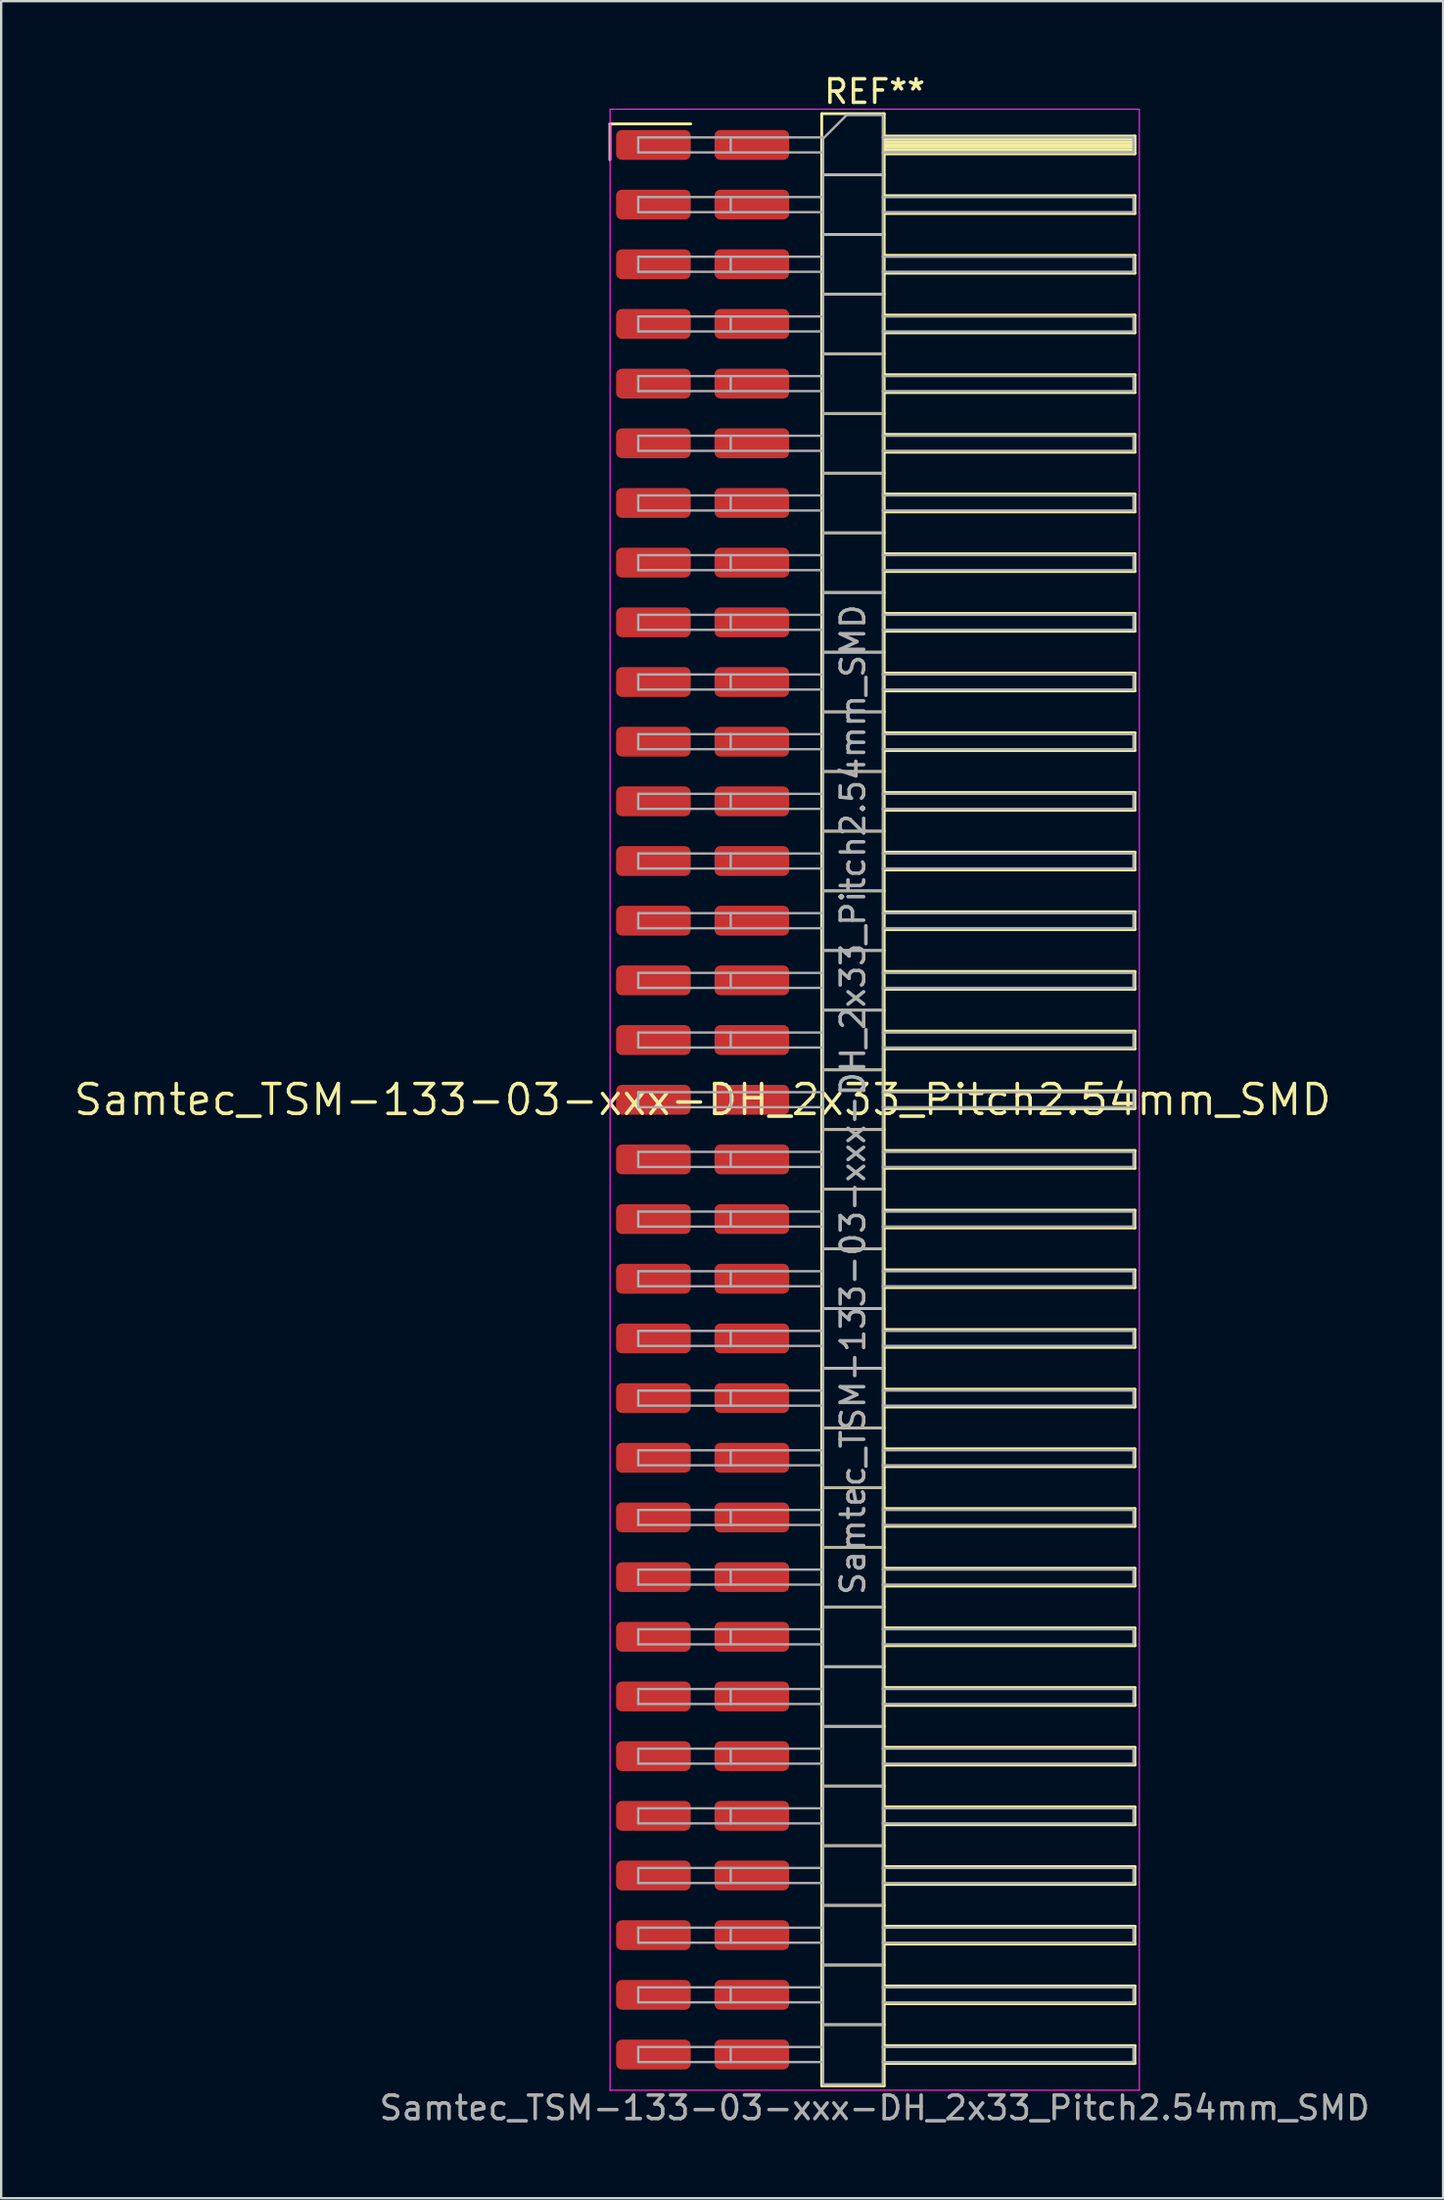
<source format=kicad_pcb>
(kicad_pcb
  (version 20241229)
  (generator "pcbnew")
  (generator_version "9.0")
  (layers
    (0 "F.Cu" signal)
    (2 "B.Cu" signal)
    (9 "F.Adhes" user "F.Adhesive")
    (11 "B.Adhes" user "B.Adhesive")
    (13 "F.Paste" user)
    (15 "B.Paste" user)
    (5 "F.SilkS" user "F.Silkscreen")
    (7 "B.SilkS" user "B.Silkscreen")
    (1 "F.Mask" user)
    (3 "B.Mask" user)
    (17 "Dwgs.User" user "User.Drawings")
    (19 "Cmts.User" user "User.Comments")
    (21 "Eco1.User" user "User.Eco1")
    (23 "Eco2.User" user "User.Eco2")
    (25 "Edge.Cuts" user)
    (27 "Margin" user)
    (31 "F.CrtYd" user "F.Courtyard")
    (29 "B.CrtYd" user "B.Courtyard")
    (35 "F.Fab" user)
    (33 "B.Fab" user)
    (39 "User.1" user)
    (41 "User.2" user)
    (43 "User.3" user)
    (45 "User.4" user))
  (footprint "Samtec_TSM-133-03-xxx-DH_2x33_Pitch2.54mm_SMD"
    (layer "F.Cu")
    (at 26.859 43.758)
    (property "Reference" "Samtec_TSM-133-03-xxx-DH_2x33_Pitch2.54mm_SMD" (at 0 0 0) (layer "F.SilkS") (effects (font (size 1.27 1.27) (thickness 0.15))))
    (attr smd)
    (fp_line (start -3.945 -41.535) (end -0.505 -41.535) (stroke (width 0.12) (type solid)) (layer "F.SilkS"))
    (fp_line (start -3.945 -40.005) (end -3.945 -41.535) (stroke (width 0.12) (type solid)) (layer "F.SilkS"))
    (fp_line (start 5.07 -41.97) (end 7.73 -41.97) (stroke (width 0.12) (type solid)) (layer "F.SilkS"))
    (fp_line (start 5.07 -39.37) (end 7.73 -39.37) (stroke (width 0.12) (type solid)) (layer "F.SilkS"))
    (fp_line (start 5.07 -36.83) (end 7.73 -36.83) (stroke (width 0.12) (type solid)) (layer "F.SilkS"))
    (fp_line (start 5.07 -34.29) (end 7.73 -34.29) (stroke (width 0.12) (type solid)) (layer "F.SilkS"))
    (fp_line (start 5.07 -31.75) (end 7.73 -31.75) (stroke (width 0.12) (type solid)) (layer "F.SilkS"))
    (fp_line (start 5.07 -29.21) (end 7.73 -29.21) (stroke (width 0.12) (type solid)) (layer "F.SilkS"))
    (fp_line (start 5.07 -26.67) (end 7.73 -26.67) (stroke (width 0.12) (type solid)) (layer "F.SilkS"))
    (fp_line (start 5.07 -24.13) (end 7.73 -24.13) (stroke (width 0.12) (type solid)) (layer "F.SilkS"))
    (fp_line (start 5.07 -21.59) (end 7.73 -21.59) (stroke (width 0.12) (type solid)) (layer "F.SilkS"))
    (fp_line (start 5.07 -19.05) (end 7.73 -19.05) (stroke (width 0.12) (type solid)) (layer "F.SilkS"))
    (fp_line (start 5.07 -16.51) (end 7.73 -16.51) (stroke (width 0.12) (type solid)) (layer "F.SilkS"))
    (fp_line (start 5.07 -13.97) (end 7.73 -13.97) (stroke (width 0.12) (type solid)) (layer "F.SilkS"))
    (fp_line (start 5.07 -11.43) (end 7.73 -11.43) (stroke (width 0.12) (type solid)) (layer "F.SilkS"))
    (fp_line (start 5.07 -8.89) (end 7.73 -8.89) (stroke (width 0.12) (type solid)) (layer "F.SilkS"))
    (fp_line (start 5.07 -6.35) (end 7.73 -6.35) (stroke (width 0.12) (type solid)) (layer "F.SilkS"))
    (fp_line (start 5.07 -3.81) (end 7.73 -3.81) (stroke (width 0.12) (type solid)) (layer "F.SilkS"))
    (fp_line (start 5.07 -1.27) (end 7.73 -1.27) (stroke (width 0.12) (type solid)) (layer "F.SilkS"))
    (fp_line (start 5.07 1.27) (end 7.73 1.27) (stroke (width 0.12) (type solid)) (layer "F.SilkS"))
    (fp_line (start 5.07 3.81) (end 7.73 3.81) (stroke (width 0.12) (type solid)) (layer "F.SilkS"))
    (fp_line (start 5.07 6.35) (end 7.73 6.35) (stroke (width 0.12) (type solid)) (layer "F.SilkS"))
    (fp_line (start 5.07 8.89) (end 7.73 8.89) (stroke (width 0.12) (type solid)) (layer "F.SilkS"))
    (fp_line (start 5.07 11.43) (end 7.73 11.43) (stroke (width 0.12) (type solid)) (layer "F.SilkS"))
    (fp_line (start 5.07 13.97) (end 7.73 13.97) (stroke (width 0.12) (type solid)) (layer "F.SilkS"))
    (fp_line (start 5.07 16.51) (end 7.73 16.51) (stroke (width 0.12) (type solid)) (layer "F.SilkS"))
    (fp_line (start 5.07 19.05) (end 7.73 19.05) (stroke (width 0.12) (type solid)) (layer "F.SilkS"))
    (fp_line (start 5.07 21.59) (end 7.73 21.59) (stroke (width 0.12) (type solid)) (layer "F.SilkS"))
    (fp_line (start 5.07 24.13) (end 7.73 24.13) (stroke (width 0.12) (type solid)) (layer "F.SilkS"))
    (fp_line (start 5.07 26.67) (end 7.73 26.67) (stroke (width 0.12) (type solid)) (layer "F.SilkS"))
    (fp_line (start 5.07 29.21) (end 7.73 29.21) (stroke (width 0.12) (type solid)) (layer "F.SilkS"))
    (fp_line (start 5.07 31.75) (end 7.73 31.75) (stroke (width 0.12) (type solid)) (layer "F.SilkS"))
    (fp_line (start 5.07 34.29) (end 7.73 34.29) (stroke (width 0.12) (type solid)) (layer "F.SilkS"))
    (fp_line (start 5.07 36.83) (end 7.73 36.83) (stroke (width 0.12) (type solid)) (layer "F.SilkS"))
    (fp_line (start 5.07 39.37) (end 7.73 39.37) (stroke (width 0.12) (type solid)) (layer "F.SilkS"))
    (fp_line (start 5.07 41.97) (end 5.07 -41.97) (stroke (width 0.12) (type solid)) (layer "F.SilkS"))
    (fp_line (start 7.73 -41.97) (end 7.73 41.97) (stroke (width 0.12) (type solid)) (layer "F.SilkS"))
    (fp_line (start 7.73 -41.02) (end 18.4 -41.02) (stroke (width 0.12) (type solid)) (layer "F.SilkS"))
    (fp_line (start 7.73 -40.9) (end 18.4 -40.9) (stroke (width 0.12) (type solid)) (layer "F.SilkS"))
    (fp_line (start 7.73 -40.78) (end 18.4 -40.78) (stroke (width 0.12) (type solid)) (layer "F.SilkS"))
    (fp_line (start 7.73 -40.66) (end 18.4 -40.66) (stroke (width 0.12) (type solid)) (layer "F.SilkS"))
    (fp_line (start 7.73 -40.54) (end 18.4 -40.54) (stroke (width 0.12) (type solid)) (layer "F.SilkS"))
    (fp_line (start 7.73 -40.42) (end 18.4 -40.42) (stroke (width 0.12) (type solid)) (layer "F.SilkS"))
    (fp_line (start 7.73 -40.3) (end 18.4 -40.3) (stroke (width 0.12) (type solid)) (layer "F.SilkS"))
    (fp_line (start 7.73 -40.26) (end 18.4 -40.26) (stroke (width 0.12) (type solid)) (layer "F.SilkS"))
    (fp_line (start 7.73 -38.48) (end 18.4 -38.48) (stroke (width 0.12) (type solid)) (layer "F.SilkS"))
    (fp_line (start 7.73 -37.72) (end 18.4 -37.72) (stroke (width 0.12) (type solid)) (layer "F.SilkS"))
    (fp_line (start 7.73 -35.94) (end 18.4 -35.94) (stroke (width 0.12) (type solid)) (layer "F.SilkS"))
    (fp_line (start 7.73 -35.18) (end 18.4 -35.18) (stroke (width 0.12) (type solid)) (layer "F.SilkS"))
    (fp_line (start 7.73 -33.4) (end 18.4 -33.4) (stroke (width 0.12) (type solid)) (layer "F.SilkS"))
    (fp_line (start 7.73 -32.64) (end 18.4 -32.64) (stroke (width 0.12) (type solid)) (layer "F.SilkS"))
    (fp_line (start 7.73 -30.86) (end 18.4 -30.86) (stroke (width 0.12) (type solid)) (layer "F.SilkS"))
    (fp_line (start 7.73 -30.1) (end 18.4 -30.1) (stroke (width 0.12) (type solid)) (layer "F.SilkS"))
    (fp_line (start 7.73 -28.32) (end 18.4 -28.32) (stroke (width 0.12) (type solid)) (layer "F.SilkS"))
    (fp_line (start 7.73 -27.56) (end 18.4 -27.56) (stroke (width 0.12) (type solid)) (layer "F.SilkS"))
    (fp_line (start 7.73 -25.78) (end 18.4 -25.78) (stroke (width 0.12) (type solid)) (layer "F.SilkS"))
    (fp_line (start 7.73 -25.02) (end 18.4 -25.02) (stroke (width 0.12) (type solid)) (layer "F.SilkS"))
    (fp_line (start 7.73 -23.24) (end 18.4 -23.24) (stroke (width 0.12) (type solid)) (layer "F.SilkS"))
    (fp_line (start 7.73 -22.48) (end 18.4 -22.48) (stroke (width 0.12) (type solid)) (layer "F.SilkS"))
    (fp_line (start 7.73 -20.7) (end 18.4 -20.7) (stroke (width 0.12) (type solid)) (layer "F.SilkS"))
    (fp_line (start 7.73 -19.94) (end 18.4 -19.94) (stroke (width 0.12) (type solid)) (layer "F.SilkS"))
    (fp_line (start 7.73 -18.16) (end 18.4 -18.16) (stroke (width 0.12) (type solid)) (layer "F.SilkS"))
    (fp_line (start 7.73 -17.4) (end 18.4 -17.4) (stroke (width 0.12) (type solid)) (layer "F.SilkS"))
    (fp_line (start 7.73 -15.62) (end 18.4 -15.62) (stroke (width 0.12) (type solid)) (layer "F.SilkS"))
    (fp_line (start 7.73 -14.86) (end 18.4 -14.86) (stroke (width 0.12) (type solid)) (layer "F.SilkS"))
    (fp_line (start 7.73 -13.08) (end 18.4 -13.08) (stroke (width 0.12) (type solid)) (layer "F.SilkS"))
    (fp_line (start 7.73 -12.32) (end 18.4 -12.32) (stroke (width 0.12) (type solid)) (layer "F.SilkS"))
    (fp_line (start 7.73 -10.54) (end 18.4 -10.54) (stroke (width 0.12) (type solid)) (layer "F.SilkS"))
    (fp_line (start 7.73 -9.78) (end 18.4 -9.78) (stroke (width 0.12) (type solid)) (layer "F.SilkS"))
    (fp_line (start 7.73 -8) (end 18.4 -8) (stroke (width 0.12) (type solid)) (layer "F.SilkS"))
    (fp_line (start 7.73 -7.24) (end 18.4 -7.24) (stroke (width 0.12) (type solid)) (layer "F.SilkS"))
    (fp_line (start 7.73 -5.46) (end 18.4 -5.46) (stroke (width 0.12) (type solid)) (layer "F.SilkS"))
    (fp_line (start 7.73 -4.7) (end 18.4 -4.7) (stroke (width 0.12) (type solid)) (layer "F.SilkS"))
    (fp_line (start 7.73 -2.92) (end 18.4 -2.92) (stroke (width 0.12) (type solid)) (layer "F.SilkS"))
    (fp_line (start 7.73 -2.16) (end 18.4 -2.16) (stroke (width 0.12) (type solid)) (layer "F.SilkS"))
    (fp_line (start 7.73 -0.38) (end 18.4 -0.38) (stroke (width 0.12) (type solid)) (layer "F.SilkS"))
    (fp_line (start 7.73 0.38) (end 18.4 0.38) (stroke (width 0.12) (type solid)) (layer "F.SilkS"))
    (fp_line (start 7.73 2.16) (end 18.4 2.16) (stroke (width 0.12) (type solid)) (layer "F.SilkS"))
    (fp_line (start 7.73 2.92) (end 18.4 2.92) (stroke (width 0.12) (type solid)) (layer "F.SilkS"))
    (fp_line (start 7.73 4.7) (end 18.4 4.7) (stroke (width 0.12) (type solid)) (layer "F.SilkS"))
    (fp_line (start 7.73 5.46) (end 18.4 5.46) (stroke (width 0.12) (type solid)) (layer "F.SilkS"))
    (fp_line (start 7.73 7.24) (end 18.4 7.24) (stroke (width 0.12) (type solid)) (layer "F.SilkS"))
    (fp_line (start 7.73 8) (end 18.4 8) (stroke (width 0.12) (type solid)) (layer "F.SilkS"))
    (fp_line (start 7.73 9.78) (end 18.4 9.78) (stroke (width 0.12) (type solid)) (layer "F.SilkS"))
    (fp_line (start 7.73 10.54) (end 18.4 10.54) (stroke (width 0.12) (type solid)) (layer "F.SilkS"))
    (fp_line (start 7.73 12.32) (end 18.4 12.32) (stroke (width 0.12) (type solid)) (layer "F.SilkS"))
    (fp_line (start 7.73 13.08) (end 18.4 13.08) (stroke (width 0.12) (type solid)) (layer "F.SilkS"))
    (fp_line (start 7.73 14.86) (end 18.4 14.86) (stroke (width 0.12) (type solid)) (layer "F.SilkS"))
    (fp_line (start 7.73 15.62) (end 18.4 15.62) (stroke (width 0.12) (type solid)) (layer "F.SilkS"))
    (fp_line (start 7.73 17.4) (end 18.4 17.4) (stroke (width 0.12) (type solid)) (layer "F.SilkS"))
    (fp_line (start 7.73 18.16) (end 18.4 18.16) (stroke (width 0.12) (type solid)) (layer "F.SilkS"))
    (fp_line (start 7.73 19.94) (end 18.4 19.94) (stroke (width 0.12) (type solid)) (layer "F.SilkS"))
    (fp_line (start 7.73 20.7) (end 18.4 20.7) (stroke (width 0.12) (type solid)) (layer "F.SilkS"))
    (fp_line (start 7.73 22.48) (end 18.4 22.48) (stroke (width 0.12) (type solid)) (layer "F.SilkS"))
    (fp_line (start 7.73 23.24) (end 18.4 23.24) (stroke (width 0.12) (type solid)) (layer "F.SilkS"))
    (fp_line (start 7.73 25.02) (end 18.4 25.02) (stroke (width 0.12) (type solid)) (layer "F.SilkS"))
    (fp_line (start 7.73 25.78) (end 18.4 25.78) (stroke (width 0.12) (type solid)) (layer "F.SilkS"))
    (fp_line (start 7.73 27.56) (end 18.4 27.56) (stroke (width 0.12) (type solid)) (layer "F.SilkS"))
    (fp_line (start 7.73 28.32) (end 18.4 28.32) (stroke (width 0.12) (type solid)) (layer "F.SilkS"))
    (fp_line (start 7.73 30.1) (end 18.4 30.1) (stroke (width 0.12) (type solid)) (layer "F.SilkS"))
    (fp_line (start 7.73 30.86) (end 18.4 30.86) (stroke (width 0.12) (type solid)) (layer "F.SilkS"))
    (fp_line (start 7.73 32.64) (end 18.4 32.64) (stroke (width 0.12) (type solid)) (layer "F.SilkS"))
    (fp_line (start 7.73 33.4) (end 18.4 33.4) (stroke (width 0.12) (type solid)) (layer "F.SilkS"))
    (fp_line (start 7.73 35.18) (end 18.4 35.18) (stroke (width 0.12) (type solid)) (layer "F.SilkS"))
    (fp_line (start 7.73 35.94) (end 18.4 35.94) (stroke (width 0.12) (type solid)) (layer "F.SilkS"))
    (fp_line (start 7.73 37.72) (end 18.4 37.72) (stroke (width 0.12) (type solid)) (layer "F.SilkS"))
    (fp_line (start 7.73 38.48) (end 18.4 38.48) (stroke (width 0.12) (type solid)) (layer "F.SilkS"))
    (fp_line (start 7.73 40.26) (end 18.4 40.26) (stroke (width 0.12) (type solid)) (layer "F.SilkS"))
    (fp_line (start 7.73 41.02) (end 18.4 41.02) (stroke (width 0.12) (type solid)) (layer "F.SilkS"))
    (fp_line (start 7.73 41.97) (end 5.07 41.97) (stroke (width 0.12) (type solid)) (layer "F.SilkS"))
    (fp_line (start 18.4 -41.02) (end 18.4 -40.26) (stroke (width 0.12) (type solid)) (layer "F.SilkS"))
    (fp_line (start 18.4 -38.48) (end 18.4 -37.72) (stroke (width 0.12) (type solid)) (layer "F.SilkS"))
    (fp_line (start 18.4 -35.94) (end 18.4 -35.18) (stroke (width 0.12) (type solid)) (layer "F.SilkS"))
    (fp_line (start 18.4 -33.4) (end 18.4 -32.64) (stroke (width 0.12) (type solid)) (layer "F.SilkS"))
    (fp_line (start 18.4 -30.86) (end 18.4 -30.1) (stroke (width 0.12) (type solid)) (layer "F.SilkS"))
    (fp_line (start 18.4 -28.32) (end 18.4 -27.56) (stroke (width 0.12) (type solid)) (layer "F.SilkS"))
    (fp_line (start 18.4 -25.78) (end 18.4 -25.02) (stroke (width 0.12) (type solid)) (layer "F.SilkS"))
    (fp_line (start 18.4 -23.24) (end 18.4 -22.48) (stroke (width 0.12) (type solid)) (layer "F.SilkS"))
    (fp_line (start 18.4 -20.7) (end 18.4 -19.94) (stroke (width 0.12) (type solid)) (layer "F.SilkS"))
    (fp_line (start 18.4 -18.16) (end 18.4 -17.4) (stroke (width 0.12) (type solid)) (layer "F.SilkS"))
    (fp_line (start 18.4 -15.62) (end 18.4 -14.86) (stroke (width 0.12) (type solid)) (layer "F.SilkS"))
    (fp_line (start 18.4 -13.08) (end 18.4 -12.32) (stroke (width 0.12) (type solid)) (layer "F.SilkS"))
    (fp_line (start 18.4 -10.54) (end 18.4 -9.78) (stroke (width 0.12) (type solid)) (layer "F.SilkS"))
    (fp_line (start 18.4 -8) (end 18.4 -7.24) (stroke (width 0.12) (type solid)) (layer "F.SilkS"))
    (fp_line (start 18.4 -5.46) (end 18.4 -4.7) (stroke (width 0.12) (type solid)) (layer "F.SilkS"))
    (fp_line (start 18.4 -2.92) (end 18.4 -2.16) (stroke (width 0.12) (type solid)) (layer "F.SilkS"))
    (fp_line (start 18.4 -0.38) (end 18.4 0.38) (stroke (width 0.12) (type solid)) (layer "F.SilkS"))
    (fp_line (start 18.4 2.16) (end 18.4 2.92) (stroke (width 0.12) (type solid)) (layer "F.SilkS"))
    (fp_line (start 18.4 4.7) (end 18.4 5.46) (stroke (width 0.12) (type solid)) (layer "F.SilkS"))
    (fp_line (start 18.4 7.24) (end 18.4 8) (stroke (width 0.12) (type solid)) (layer "F.SilkS"))
    (fp_line (start 18.4 9.78) (end 18.4 10.54) (stroke (width 0.12) (type solid)) (layer "F.SilkS"))
    (fp_line (start 18.4 12.32) (end 18.4 13.08) (stroke (width 0.12) (type solid)) (layer "F.SilkS"))
    (fp_line (start 18.4 14.86) (end 18.4 15.62) (stroke (width 0.12) (type solid)) (layer "F.SilkS"))
    (fp_line (start 18.4 17.4) (end 18.4 18.16) (stroke (width 0.12) (type solid)) (layer "F.SilkS"))
    (fp_line (start 18.4 19.94) (end 18.4 20.7) (stroke (width 0.12) (type solid)) (layer "F.SilkS"))
    (fp_line (start 18.4 22.48) (end 18.4 23.24) (stroke (width 0.12) (type solid)) (layer "F.SilkS"))
    (fp_line (start 18.4 25.02) (end 18.4 25.78) (stroke (width 0.12) (type solid)) (layer "F.SilkS"))
    (fp_line (start 18.4 27.56) (end 18.4 28.32) (stroke (width 0.12) (type solid)) (layer "F.SilkS"))
    (fp_line (start 18.4 30.1) (end 18.4 30.86) (stroke (width 0.12) (type solid)) (layer "F.SilkS"))
    (fp_line (start 18.4 32.64) (end 18.4 33.4) (stroke (width 0.12) (type solid)) (layer "F.SilkS"))
    (fp_line (start 18.4 35.18) (end 18.4 35.94) (stroke (width 0.12) (type solid)) (layer "F.SilkS"))
    (fp_line (start 18.4 37.72) (end 18.4 38.48) (stroke (width 0.12) (type solid)) (layer "F.SilkS"))
    (fp_line (start 18.4 40.26) (end 18.4 41.02) (stroke (width 0.12) (type solid)) (layer "F.SilkS"))
    (fp_line (start -3.94 -42.16) (end 18.59 -42.16) (stroke (width 0.05) (type solid)) (layer "F.CrtYd"))
    (fp_line (start -3.94 42.16) (end -3.94 -42.16) (stroke (width 0.05) (type solid)) (layer "F.CrtYd"))
    (fp_line (start 18.59 -42.16) (end 18.59 42.16) (stroke (width 0.05) (type solid)) (layer "F.CrtYd"))
    (fp_line (start 18.59 42.16) (end -3.94 42.16) (stroke (width 0.05) (type solid)) (layer "F.CrtYd"))
    (fp_line (start -2.74 -40.96) (end -2.74 -40.32) (stroke (width 0.1) (type solid)) (layer "F.Fab"))
    (fp_line (start -2.74 -40.96) (end 5.13 -40.96) (stroke (width 0.1) (type solid)) (layer "F.Fab"))
    (fp_line (start -2.74 -40.32) (end 5.13 -40.32) (stroke (width 0.1) (type solid)) (layer "F.Fab"))
    (fp_line (start -2.74 -38.42) (end -2.74 -37.78) (stroke (width 0.1) (type solid)) (layer "F.Fab"))
    (fp_line (start -2.74 -38.42) (end 5.13 -38.42) (stroke (width 0.1) (type solid)) (layer "F.Fab"))
    (fp_line (start -2.74 -37.78) (end 5.13 -37.78) (stroke (width 0.1) (type solid)) (layer "F.Fab"))
    (fp_line (start -2.74 -35.88) (end -2.74 -35.24) (stroke (width 0.1) (type solid)) (layer "F.Fab"))
    (fp_line (start -2.74 -35.88) (end 5.13 -35.88) (stroke (width 0.1) (type solid)) (layer "F.Fab"))
    (fp_line (start -2.74 -35.24) (end 5.13 -35.24) (stroke (width 0.1) (type solid)) (layer "F.Fab"))
    (fp_line (start -2.74 -33.34) (end -2.74 -32.7) (stroke (width 0.1) (type solid)) (layer "F.Fab"))
    (fp_line (start -2.74 -33.34) (end 5.13 -33.34) (stroke (width 0.1) (type solid)) (layer "F.Fab"))
    (fp_line (start -2.74 -32.7) (end 5.13 -32.7) (stroke (width 0.1) (type solid)) (layer "F.Fab"))
    (fp_line (start -2.74 -30.8) (end -2.74 -30.16) (stroke (width 0.1) (type solid)) (layer "F.Fab"))
    (fp_line (start -2.74 -30.8) (end 5.13 -30.8) (stroke (width 0.1) (type solid)) (layer "F.Fab"))
    (fp_line (start -2.74 -30.16) (end 5.13 -30.16) (stroke (width 0.1) (type solid)) (layer "F.Fab"))
    (fp_line (start -2.74 -28.26) (end -2.74 -27.62) (stroke (width 0.1) (type solid)) (layer "F.Fab"))
    (fp_line (start -2.74 -28.26) (end 5.13 -28.26) (stroke (width 0.1) (type solid)) (layer "F.Fab"))
    (fp_line (start -2.74 -27.62) (end 5.13 -27.62) (stroke (width 0.1) (type solid)) (layer "F.Fab"))
    (fp_line (start -2.74 -25.72) (end -2.74 -25.08) (stroke (width 0.1) (type solid)) (layer "F.Fab"))
    (fp_line (start -2.74 -25.72) (end 5.13 -25.72) (stroke (width 0.1) (type solid)) (layer "F.Fab"))
    (fp_line (start -2.74 -25.08) (end 5.13 -25.08) (stroke (width 0.1) (type solid)) (layer "F.Fab"))
    (fp_line (start -2.74 -23.18) (end -2.74 -22.54) (stroke (width 0.1) (type solid)) (layer "F.Fab"))
    (fp_line (start -2.74 -23.18) (end 5.13 -23.18) (stroke (width 0.1) (type solid)) (layer "F.Fab"))
    (fp_line (start -2.74 -22.54) (end 5.13 -22.54) (stroke (width 0.1) (type solid)) (layer "F.Fab"))
    (fp_line (start -2.74 -20.64) (end -2.74 -20) (stroke (width 0.1) (type solid)) (layer "F.Fab"))
    (fp_line (start -2.74 -20.64) (end 5.13 -20.64) (stroke (width 0.1) (type solid)) (layer "F.Fab"))
    (fp_line (start -2.74 -20) (end 5.13 -20) (stroke (width 0.1) (type solid)) (layer "F.Fab"))
    (fp_line (start -2.74 -18.1) (end -2.74 -17.46) (stroke (width 0.1) (type solid)) (layer "F.Fab"))
    (fp_line (start -2.74 -18.1) (end 5.13 -18.1) (stroke (width 0.1) (type solid)) (layer "F.Fab"))
    (fp_line (start -2.74 -17.46) (end 5.13 -17.46) (stroke (width 0.1) (type solid)) (layer "F.Fab"))
    (fp_line (start -2.74 -15.56) (end -2.74 -14.92) (stroke (width 0.1) (type solid)) (layer "F.Fab"))
    (fp_line (start -2.74 -15.56) (end 5.13 -15.56) (stroke (width 0.1) (type solid)) (layer "F.Fab"))
    (fp_line (start -2.74 -14.92) (end 5.13 -14.92) (stroke (width 0.1) (type solid)) (layer "F.Fab"))
    (fp_line (start -2.74 -13.02) (end -2.74 -12.38) (stroke (width 0.1) (type solid)) (layer "F.Fab"))
    (fp_line (start -2.74 -13.02) (end 5.13 -13.02) (stroke (width 0.1) (type solid)) (layer "F.Fab"))
    (fp_line (start -2.74 -12.38) (end 5.13 -12.38) (stroke (width 0.1) (type solid)) (layer "F.Fab"))
    (fp_line (start -2.74 -10.48) (end -2.74 -9.84) (stroke (width 0.1) (type solid)) (layer "F.Fab"))
    (fp_line (start -2.74 -10.48) (end 5.13 -10.48) (stroke (width 0.1) (type solid)) (layer "F.Fab"))
    (fp_line (start -2.74 -9.84) (end 5.13 -9.84) (stroke (width 0.1) (type solid)) (layer "F.Fab"))
    (fp_line (start -2.74 -7.94) (end -2.74 -7.3) (stroke (width 0.1) (type solid)) (layer "F.Fab"))
    (fp_line (start -2.74 -7.94) (end 5.13 -7.94) (stroke (width 0.1) (type solid)) (layer "F.Fab"))
    (fp_line (start -2.74 -7.3) (end 5.13 -7.3) (stroke (width 0.1) (type solid)) (layer "F.Fab"))
    (fp_line (start -2.74 -5.4) (end -2.74 -4.76) (stroke (width 0.1) (type solid)) (layer "F.Fab"))
    (fp_line (start -2.74 -5.4) (end 5.13 -5.4) (stroke (width 0.1) (type solid)) (layer "F.Fab"))
    (fp_line (start -2.74 -4.76) (end 5.13 -4.76) (stroke (width 0.1) (type solid)) (layer "F.Fab"))
    (fp_line (start -2.74 -2.86) (end -2.74 -2.22) (stroke (width 0.1) (type solid)) (layer "F.Fab"))
    (fp_line (start -2.74 -2.86) (end 5.13 -2.86) (stroke (width 0.1) (type solid)) (layer "F.Fab"))
    (fp_line (start -2.74 -2.22) (end 5.13 -2.22) (stroke (width 0.1) (type solid)) (layer "F.Fab"))
    (fp_line (start -2.74 -0.32) (end -2.74 0.32) (stroke (width 0.1) (type solid)) (layer "F.Fab"))
    (fp_line (start -2.74 -0.32) (end 5.13 -0.32) (stroke (width 0.1) (type solid)) (layer "F.Fab"))
    (fp_line (start -2.74 0.32) (end 5.13 0.32) (stroke (width 0.1) (type solid)) (layer "F.Fab"))
    (fp_line (start -2.74 2.22) (end -2.74 2.86) (stroke (width 0.1) (type solid)) (layer "F.Fab"))
    (fp_line (start -2.74 2.22) (end 5.13 2.22) (stroke (width 0.1) (type solid)) (layer "F.Fab"))
    (fp_line (start -2.74 2.86) (end 5.13 2.86) (stroke (width 0.1) (type solid)) (layer "F.Fab"))
    (fp_line (start -2.74 4.76) (end -2.74 5.4) (stroke (width 0.1) (type solid)) (layer "F.Fab"))
    (fp_line (start -2.74 4.76) (end 5.13 4.76) (stroke (width 0.1) (type solid)) (layer "F.Fab"))
    (fp_line (start -2.74 5.4) (end 5.13 5.4) (stroke (width 0.1) (type solid)) (layer "F.Fab"))
    (fp_line (start -2.74 7.3) (end -2.74 7.94) (stroke (width 0.1) (type solid)) (layer "F.Fab"))
    (fp_line (start -2.74 7.3) (end 5.13 7.3) (stroke (width 0.1) (type solid)) (layer "F.Fab"))
    (fp_line (start -2.74 7.94) (end 5.13 7.94) (stroke (width 0.1) (type solid)) (layer "F.Fab"))
    (fp_line (start -2.74 9.84) (end -2.74 10.48) (stroke (width 0.1) (type solid)) (layer "F.Fab"))
    (fp_line (start -2.74 9.84) (end 5.13 9.84) (stroke (width 0.1) (type solid)) (layer "F.Fab"))
    (fp_line (start -2.74 10.48) (end 5.13 10.48) (stroke (width 0.1) (type solid)) (layer "F.Fab"))
    (fp_line (start -2.74 12.38) (end -2.74 13.02) (stroke (width 0.1) (type solid)) (layer "F.Fab"))
    (fp_line (start -2.74 12.38) (end 5.13 12.38) (stroke (width 0.1) (type solid)) (layer "F.Fab"))
    (fp_line (start -2.74 13.02) (end 5.13 13.02) (stroke (width 0.1) (type solid)) (layer "F.Fab"))
    (fp_line (start -2.74 14.92) (end -2.74 15.56) (stroke (width 0.1) (type solid)) (layer "F.Fab"))
    (fp_line (start -2.74 14.92) (end 5.13 14.92) (stroke (width 0.1) (type solid)) (layer "F.Fab"))
    (fp_line (start -2.74 15.56) (end 5.13 15.56) (stroke (width 0.1) (type solid)) (layer "F.Fab"))
    (fp_line (start -2.74 17.46) (end -2.74 18.1) (stroke (width 0.1) (type solid)) (layer "F.Fab"))
    (fp_line (start -2.74 17.46) (end 5.13 17.46) (stroke (width 0.1) (type solid)) (layer "F.Fab"))
    (fp_line (start -2.74 18.1) (end 5.13 18.1) (stroke (width 0.1) (type solid)) (layer "F.Fab"))
    (fp_line (start -2.74 20) (end -2.74 20.64) (stroke (width 0.1) (type solid)) (layer "F.Fab"))
    (fp_line (start -2.74 20) (end 5.13 20) (stroke (width 0.1) (type solid)) (layer "F.Fab"))
    (fp_line (start -2.74 20.64) (end 5.13 20.64) (stroke (width 0.1) (type solid)) (layer "F.Fab"))
    (fp_line (start -2.74 22.54) (end -2.74 23.18) (stroke (width 0.1) (type solid)) (layer "F.Fab"))
    (fp_line (start -2.74 22.54) (end 5.13 22.54) (stroke (width 0.1) (type solid)) (layer "F.Fab"))
    (fp_line (start -2.74 23.18) (end 5.13 23.18) (stroke (width 0.1) (type solid)) (layer "F.Fab"))
    (fp_line (start -2.74 25.08) (end -2.74 25.72) (stroke (width 0.1) (type solid)) (layer "F.Fab"))
    (fp_line (start -2.74 25.08) (end 5.13 25.08) (stroke (width 0.1) (type solid)) (layer "F.Fab"))
    (fp_line (start -2.74 25.72) (end 5.13 25.72) (stroke (width 0.1) (type solid)) (layer "F.Fab"))
    (fp_line (start -2.74 27.62) (end -2.74 28.26) (stroke (width 0.1) (type solid)) (layer "F.Fab"))
    (fp_line (start -2.74 27.62) (end 5.13 27.62) (stroke (width 0.1) (type solid)) (layer "F.Fab"))
    (fp_line (start -2.74 28.26) (end 5.13 28.26) (stroke (width 0.1) (type solid)) (layer "F.Fab"))
    (fp_line (start -2.74 30.16) (end -2.74 30.8) (stroke (width 0.1) (type solid)) (layer "F.Fab"))
    (fp_line (start -2.74 30.16) (end 5.13 30.16) (stroke (width 0.1) (type solid)) (layer "F.Fab"))
    (fp_line (start -2.74 30.8) (end 5.13 30.8) (stroke (width 0.1) (type solid)) (layer "F.Fab"))
    (fp_line (start -2.74 32.7) (end -2.74 33.34) (stroke (width 0.1) (type solid)) (layer "F.Fab"))
    (fp_line (start -2.74 32.7) (end 5.13 32.7) (stroke (width 0.1) (type solid)) (layer "F.Fab"))
    (fp_line (start -2.74 33.34) (end 5.13 33.34) (stroke (width 0.1) (type solid)) (layer "F.Fab"))
    (fp_line (start -2.74 35.24) (end -2.74 35.88) (stroke (width 0.1) (type solid)) (layer "F.Fab"))
    (fp_line (start -2.74 35.24) (end 5.13 35.24) (stroke (width 0.1) (type solid)) (layer "F.Fab"))
    (fp_line (start -2.74 35.88) (end 5.13 35.88) (stroke (width 0.1) (type solid)) (layer "F.Fab"))
    (fp_line (start -2.74 37.78) (end -2.74 38.42) (stroke (width 0.1) (type solid)) (layer "F.Fab"))
    (fp_line (start -2.74 37.78) (end 5.13 37.78) (stroke (width 0.1) (type solid)) (layer "F.Fab"))
    (fp_line (start -2.74 38.42) (end 5.13 38.42) (stroke (width 0.1) (type solid)) (layer "F.Fab"))
    (fp_line (start -2.74 40.32) (end -2.74 40.96) (stroke (width 0.1) (type solid)) (layer "F.Fab"))
    (fp_line (start -2.74 40.32) (end 5.13 40.32) (stroke (width 0.1) (type solid)) (layer "F.Fab"))
    (fp_line (start -2.74 40.96) (end 5.13 40.96) (stroke (width 0.1) (type solid)) (layer "F.Fab"))
    (fp_line (start 1.195 -40.96) (end 1.195 -40.32) (stroke (width 0.1) (type solid)) (layer "F.Fab"))
    (fp_line (start 1.195 -38.42) (end 1.195 -37.78) (stroke (width 0.1) (type solid)) (layer "F.Fab"))
    (fp_line (start 1.195 -35.88) (end 1.195 -35.24) (stroke (width 0.1) (type solid)) (layer "F.Fab"))
    (fp_line (start 1.195 -33.34) (end 1.195 -32.7) (stroke (width 0.1) (type solid)) (layer "F.Fab"))
    (fp_line (start 1.195 -30.8) (end 1.195 -30.16) (stroke (width 0.1) (type solid)) (layer "F.Fab"))
    (fp_line (start 1.195 -28.26) (end 1.195 -27.62) (stroke (width 0.1) (type solid)) (layer "F.Fab"))
    (fp_line (start 1.195 -25.72) (end 1.195 -25.08) (stroke (width 0.1) (type solid)) (layer "F.Fab"))
    (fp_line (start 1.195 -23.18) (end 1.195 -22.54) (stroke (width 0.1) (type solid)) (layer "F.Fab"))
    (fp_line (start 1.195 -20.64) (end 1.195 -20) (stroke (width 0.1) (type solid)) (layer "F.Fab"))
    (fp_line (start 1.195 -18.1) (end 1.195 -17.46) (stroke (width 0.1) (type solid)) (layer "F.Fab"))
    (fp_line (start 1.195 -15.56) (end 1.195 -14.92) (stroke (width 0.1) (type solid)) (layer "F.Fab"))
    (fp_line (start 1.195 -13.02) (end 1.195 -12.38) (stroke (width 0.1) (type solid)) (layer "F.Fab"))
    (fp_line (start 1.195 -10.48) (end 1.195 -9.84) (stroke (width 0.1) (type solid)) (layer "F.Fab"))
    (fp_line (start 1.195 -7.94) (end 1.195 -7.3) (stroke (width 0.1) (type solid)) (layer "F.Fab"))
    (fp_line (start 1.195 -5.4) (end 1.195 -4.76) (stroke (width 0.1) (type solid)) (layer "F.Fab"))
    (fp_line (start 1.195 -2.86) (end 1.195 -2.22) (stroke (width 0.1) (type solid)) (layer "F.Fab"))
    (fp_line (start 1.195 -0.32) (end 1.195 0.32) (stroke (width 0.1) (type solid)) (layer "F.Fab"))
    (fp_line (start 1.195 2.22) (end 1.195 2.86) (stroke (width 0.1) (type solid)) (layer "F.Fab"))
    (fp_line (start 1.195 4.76) (end 1.195 5.4) (stroke (width 0.1) (type solid)) (layer "F.Fab"))
    (fp_line (start 1.195 7.3) (end 1.195 7.94) (stroke (width 0.1) (type solid)) (layer "F.Fab"))
    (fp_line (start 1.195 9.84) (end 1.195 10.48) (stroke (width 0.1) (type solid)) (layer "F.Fab"))
    (fp_line (start 1.195 12.38) (end 1.195 13.02) (stroke (width 0.1) (type solid)) (layer "F.Fab"))
    (fp_line (start 1.195 14.92) (end 1.195 15.56) (stroke (width 0.1) (type solid)) (layer "F.Fab"))
    (fp_line (start 1.195 17.46) (end 1.195 18.1) (stroke (width 0.1) (type solid)) (layer "F.Fab"))
    (fp_line (start 1.195 20) (end 1.195 20.64) (stroke (width 0.1) (type solid)) (layer "F.Fab"))
    (fp_line (start 1.195 22.54) (end 1.195 23.18) (stroke (width 0.1) (type solid)) (layer "F.Fab"))
    (fp_line (start 1.195 25.08) (end 1.195 25.72) (stroke (width 0.1) (type solid)) (layer "F.Fab"))
    (fp_line (start 1.195 27.62) (end 1.195 28.26) (stroke (width 0.1) (type solid)) (layer "F.Fab"))
    (fp_line (start 1.195 30.16) (end 1.195 30.8) (stroke (width 0.1) (type solid)) (layer "F.Fab"))
    (fp_line (start 1.195 32.7) (end 1.195 33.34) (stroke (width 0.1) (type solid)) (layer "F.Fab"))
    (fp_line (start 1.195 35.24) (end 1.195 35.88) (stroke (width 0.1) (type solid)) (layer "F.Fab"))
    (fp_line (start 1.195 37.78) (end 1.195 38.42) (stroke (width 0.1) (type solid)) (layer "F.Fab"))
    (fp_line (start 1.195 40.32) (end 1.195 40.96) (stroke (width 0.1) (type solid)) (layer "F.Fab"))
    (fp_line (start 5.13 -40.91) (end 6.13 -41.91) (stroke (width 0.1) (type solid)) (layer "F.Fab"))
    (fp_line (start 5.13 -39.37) (end 7.67 -39.37) (stroke (width 0.1) (type solid)) (layer "F.Fab"))
    (fp_line (start 5.13 -36.83) (end 7.67 -36.83) (stroke (width 0.1) (type solid)) (layer "F.Fab"))
    (fp_line (start 5.13 -34.29) (end 7.67 -34.29) (stroke (width 0.1) (type solid)) (layer "F.Fab"))
    (fp_line (start 5.13 -31.75) (end 7.67 -31.75) (stroke (width 0.1) (type solid)) (layer "F.Fab"))
    (fp_line (start 5.13 -29.21) (end 7.67 -29.21) (stroke (width 0.1) (type solid)) (layer "F.Fab"))
    (fp_line (start 5.13 -26.67) (end 7.67 -26.67) (stroke (width 0.1) (type solid)) (layer "F.Fab"))
    (fp_line (start 5.13 -24.13) (end 7.67 -24.13) (stroke (width 0.1) (type solid)) (layer "F.Fab"))
    (fp_line (start 5.13 -21.59) (end 7.67 -21.59) (stroke (width 0.1) (type solid)) (layer "F.Fab"))
    (fp_line (start 5.13 -19.05) (end 7.67 -19.05) (stroke (width 0.1) (type solid)) (layer "F.Fab"))
    (fp_line (start 5.13 -16.51) (end 7.67 -16.51) (stroke (width 0.1) (type solid)) (layer "F.Fab"))
    (fp_line (start 5.13 -13.97) (end 7.67 -13.97) (stroke (width 0.1) (type solid)) (layer "F.Fab"))
    (fp_line (start 5.13 -11.43) (end 7.67 -11.43) (stroke (width 0.1) (type solid)) (layer "F.Fab"))
    (fp_line (start 5.13 -8.89) (end 7.67 -8.89) (stroke (width 0.1) (type solid)) (layer "F.Fab"))
    (fp_line (start 5.13 -6.35) (end 7.67 -6.35) (stroke (width 0.1) (type solid)) (layer "F.Fab"))
    (fp_line (start 5.13 -3.81) (end 7.67 -3.81) (stroke (width 0.1) (type solid)) (layer "F.Fab"))
    (fp_line (start 5.13 -1.27) (end 7.67 -1.27) (stroke (width 0.1) (type solid)) (layer "F.Fab"))
    (fp_line (start 5.13 1.27) (end 7.67 1.27) (stroke (width 0.1) (type solid)) (layer "F.Fab"))
    (fp_line (start 5.13 3.81) (end 7.67 3.81) (stroke (width 0.1) (type solid)) (layer "F.Fab"))
    (fp_line (start 5.13 6.35) (end 7.67 6.35) (stroke (width 0.1) (type solid)) (layer "F.Fab"))
    (fp_line (start 5.13 8.89) (end 7.67 8.89) (stroke (width 0.1) (type solid)) (layer "F.Fab"))
    (fp_line (start 5.13 11.43) (end 7.67 11.43) (stroke (width 0.1) (type solid)) (layer "F.Fab"))
    (fp_line (start 5.13 13.97) (end 7.67 13.97) (stroke (width 0.1) (type solid)) (layer "F.Fab"))
    (fp_line (start 5.13 16.51) (end 7.67 16.51) (stroke (width 0.1) (type solid)) (layer "F.Fab"))
    (fp_line (start 5.13 19.05) (end 7.67 19.05) (stroke (width 0.1) (type solid)) (layer "F.Fab"))
    (fp_line (start 5.13 21.59) (end 7.67 21.59) (stroke (width 0.1) (type solid)) (layer "F.Fab"))
    (fp_line (start 5.13 24.13) (end 7.67 24.13) (stroke (width 0.1) (type solid)) (layer "F.Fab"))
    (fp_line (start 5.13 26.67) (end 7.67 26.67) (stroke (width 0.1) (type solid)) (layer "F.Fab"))
    (fp_line (start 5.13 29.21) (end 7.67 29.21) (stroke (width 0.1) (type solid)) (layer "F.Fab"))
    (fp_line (start 5.13 31.75) (end 7.67 31.75) (stroke (width 0.1) (type solid)) (layer "F.Fab"))
    (fp_line (start 5.13 34.29) (end 7.67 34.29) (stroke (width 0.1) (type solid)) (layer "F.Fab"))
    (fp_line (start 5.13 36.83) (end 7.67 36.83) (stroke (width 0.1) (type solid)) (layer "F.Fab"))
    (fp_line (start 5.13 39.37) (end 7.67 39.37) (stroke (width 0.1) (type solid)) (layer "F.Fab"))
    (fp_line (start 5.13 41.91) (end 5.13 -40.91) (stroke (width 0.1) (type solid)) (layer "F.Fab"))
    (fp_line (start 6.13 -41.91) (end 7.67 -41.91) (stroke (width 0.1) (type solid)) (layer "F.Fab"))
    (fp_line (start 7.67 -41.91) (end 7.67 41.91) (stroke (width 0.1) (type solid)) (layer "F.Fab"))
    (fp_line (start 7.67 -40.96) (end 18.34 -40.96) (stroke (width 0.1) (type solid)) (layer "F.Fab"))
    (fp_line (start 7.67 -40.32) (end 18.34 -40.32) (stroke (width 0.1) (type solid)) (layer "F.Fab"))
    (fp_line (start 7.67 -38.42) (end 18.34 -38.42) (stroke (width 0.1) (type solid)) (layer "F.Fab"))
    (fp_line (start 7.67 -37.78) (end 18.34 -37.78) (stroke (width 0.1) (type solid)) (layer "F.Fab"))
    (fp_line (start 7.67 -35.88) (end 18.34 -35.88) (stroke (width 0.1) (type solid)) (layer "F.Fab"))
    (fp_line (start 7.67 -35.24) (end 18.34 -35.24) (stroke (width 0.1) (type solid)) (layer "F.Fab"))
    (fp_line (start 7.67 -33.34) (end 18.34 -33.34) (stroke (width 0.1) (type solid)) (layer "F.Fab"))
    (fp_line (start 7.67 -32.7) (end 18.34 -32.7) (stroke (width 0.1) (type solid)) (layer "F.Fab"))
    (fp_line (start 7.67 -30.8) (end 18.34 -30.8) (stroke (width 0.1) (type solid)) (layer "F.Fab"))
    (fp_line (start 7.67 -30.16) (end 18.34 -30.16) (stroke (width 0.1) (type solid)) (layer "F.Fab"))
    (fp_line (start 7.67 -28.26) (end 18.34 -28.26) (stroke (width 0.1) (type solid)) (layer "F.Fab"))
    (fp_line (start 7.67 -27.62) (end 18.34 -27.62) (stroke (width 0.1) (type solid)) (layer "F.Fab"))
    (fp_line (start 7.67 -25.72) (end 18.34 -25.72) (stroke (width 0.1) (type solid)) (layer "F.Fab"))
    (fp_line (start 7.67 -25.08) (end 18.34 -25.08) (stroke (width 0.1) (type solid)) (layer "F.Fab"))
    (fp_line (start 7.67 -23.18) (end 18.34 -23.18) (stroke (width 0.1) (type solid)) (layer "F.Fab"))
    (fp_line (start 7.67 -22.54) (end 18.34 -22.54) (stroke (width 0.1) (type solid)) (layer "F.Fab"))
    (fp_line (start 7.67 -20.64) (end 18.34 -20.64) (stroke (width 0.1) (type solid)) (layer "F.Fab"))
    (fp_line (start 7.67 -20) (end 18.34 -20) (stroke (width 0.1) (type solid)) (layer "F.Fab"))
    (fp_line (start 7.67 -18.1) (end 18.34 -18.1) (stroke (width 0.1) (type solid)) (layer "F.Fab"))
    (fp_line (start 7.67 -17.46) (end 18.34 -17.46) (stroke (width 0.1) (type solid)) (layer "F.Fab"))
    (fp_line (start 7.67 -15.56) (end 18.34 -15.56) (stroke (width 0.1) (type solid)) (layer "F.Fab"))
    (fp_line (start 7.67 -14.92) (end 18.34 -14.92) (stroke (width 0.1) (type solid)) (layer "F.Fab"))
    (fp_line (start 7.67 -13.02) (end 18.34 -13.02) (stroke (width 0.1) (type solid)) (layer "F.Fab"))
    (fp_line (start 7.67 -12.38) (end 18.34 -12.38) (stroke (width 0.1) (type solid)) (layer "F.Fab"))
    (fp_line (start 7.67 -10.48) (end 18.34 -10.48) (stroke (width 0.1) (type solid)) (layer "F.Fab"))
    (fp_line (start 7.67 -9.84) (end 18.34 -9.84) (stroke (width 0.1) (type solid)) (layer "F.Fab"))
    (fp_line (start 7.67 -7.94) (end 18.34 -7.94) (stroke (width 0.1) (type solid)) (layer "F.Fab"))
    (fp_line (start 7.67 -7.3) (end 18.34 -7.3) (stroke (width 0.1) (type solid)) (layer "F.Fab"))
    (fp_line (start 7.67 -5.4) (end 18.34 -5.4) (stroke (width 0.1) (type solid)) (layer "F.Fab"))
    (fp_line (start 7.67 -4.76) (end 18.34 -4.76) (stroke (width 0.1) (type solid)) (layer "F.Fab"))
    (fp_line (start 7.67 -2.86) (end 18.34 -2.86) (stroke (width 0.1) (type solid)) (layer "F.Fab"))
    (fp_line (start 7.67 -2.22) (end 18.34 -2.22) (stroke (width 0.1) (type solid)) (layer "F.Fab"))
    (fp_line (start 7.67 -0.32) (end 18.34 -0.32) (stroke (width 0.1) (type solid)) (layer "F.Fab"))
    (fp_line (start 7.67 0.32) (end 18.34 0.32) (stroke (width 0.1) (type solid)) (layer "F.Fab"))
    (fp_line (start 7.67 2.22) (end 18.34 2.22) (stroke (width 0.1) (type solid)) (layer "F.Fab"))
    (fp_line (start 7.67 2.86) (end 18.34 2.86) (stroke (width 0.1) (type solid)) (layer "F.Fab"))
    (fp_line (start 7.67 4.76) (end 18.34 4.76) (stroke (width 0.1) (type solid)) (layer "F.Fab"))
    (fp_line (start 7.67 5.4) (end 18.34 5.4) (stroke (width 0.1) (type solid)) (layer "F.Fab"))
    (fp_line (start 7.67 7.3) (end 18.34 7.3) (stroke (width 0.1) (type solid)) (layer "F.Fab"))
    (fp_line (start 7.67 7.94) (end 18.34 7.94) (stroke (width 0.1) (type solid)) (layer "F.Fab"))
    (fp_line (start 7.67 9.84) (end 18.34 9.84) (stroke (width 0.1) (type solid)) (layer "F.Fab"))
    (fp_line (start 7.67 10.48) (end 18.34 10.48) (stroke (width 0.1) (type solid)) (layer "F.Fab"))
    (fp_line (start 7.67 12.38) (end 18.34 12.38) (stroke (width 0.1) (type solid)) (layer "F.Fab"))
    (fp_line (start 7.67 13.02) (end 18.34 13.02) (stroke (width 0.1) (type solid)) (layer "F.Fab"))
    (fp_line (start 7.67 14.92) (end 18.34 14.92) (stroke (width 0.1) (type solid)) (layer "F.Fab"))
    (fp_line (start 7.67 15.56) (end 18.34 15.56) (stroke (width 0.1) (type solid)) (layer "F.Fab"))
    (fp_line (start 7.67 17.46) (end 18.34 17.46) (stroke (width 0.1) (type solid)) (layer "F.Fab"))
    (fp_line (start 7.67 18.1) (end 18.34 18.1) (stroke (width 0.1) (type solid)) (layer "F.Fab"))
    (fp_line (start 7.67 20) (end 18.34 20) (stroke (width 0.1) (type solid)) (layer "F.Fab"))
    (fp_line (start 7.67 20.64) (end 18.34 20.64) (stroke (width 0.1) (type solid)) (layer "F.Fab"))
    (fp_line (start 7.67 22.54) (end 18.34 22.54) (stroke (width 0.1) (type solid)) (layer "F.Fab"))
    (fp_line (start 7.67 23.18) (end 18.34 23.18) (stroke (width 0.1) (type solid)) (layer "F.Fab"))
    (fp_line (start 7.67 25.08) (end 18.34 25.08) (stroke (width 0.1) (type solid)) (layer "F.Fab"))
    (fp_line (start 7.67 25.72) (end 18.34 25.72) (stroke (width 0.1) (type solid)) (layer "F.Fab"))
    (fp_line (start 7.67 27.62) (end 18.34 27.62) (stroke (width 0.1) (type solid)) (layer "F.Fab"))
    (fp_line (start 7.67 28.26) (end 18.34 28.26) (stroke (width 0.1) (type solid)) (layer "F.Fab"))
    (fp_line (start 7.67 30.16) (end 18.34 30.16) (stroke (width 0.1) (type solid)) (layer "F.Fab"))
    (fp_line (start 7.67 30.8) (end 18.34 30.8) (stroke (width 0.1) (type solid)) (layer "F.Fab"))
    (fp_line (start 7.67 32.7) (end 18.34 32.7) (stroke (width 0.1) (type solid)) (layer "F.Fab"))
    (fp_line (start 7.67 33.34) (end 18.34 33.34) (stroke (width 0.1) (type solid)) (layer "F.Fab"))
    (fp_line (start 7.67 35.24) (end 18.34 35.24) (stroke (width 0.1) (type solid)) (layer "F.Fab"))
    (fp_line (start 7.67 35.88) (end 18.34 35.88) (stroke (width 0.1) (type solid)) (layer "F.Fab"))
    (fp_line (start 7.67 37.78) (end 18.34 37.78) (stroke (width 0.1) (type solid)) (layer "F.Fab"))
    (fp_line (start 7.67 38.42) (end 18.34 38.42) (stroke (width 0.1) (type solid)) (layer "F.Fab"))
    (fp_line (start 7.67 40.32) (end 18.34 40.32) (stroke (width 0.1) (type solid)) (layer "F.Fab"))
    (fp_line (start 7.67 40.96) (end 18.34 40.96) (stroke (width 0.1) (type solid)) (layer "F.Fab"))
    (fp_line (start 7.67 41.91) (end 5.13 41.91) (stroke (width 0.1) (type solid)) (layer "F.Fab"))
    (fp_line (start 18.34 -40.96) (end 18.34 -40.32) (stroke (width 0.1) (type solid)) (layer "F.Fab"))
    (fp_line (start 18.34 -38.42) (end 18.34 -37.78) (stroke (width 0.1) (type solid)) (layer "F.Fab"))
    (fp_line (start 18.34 -35.88) (end 18.34 -35.24) (stroke (width 0.1) (type solid)) (layer "F.Fab"))
    (fp_line (start 18.34 -33.34) (end 18.34 -32.7) (stroke (width 0.1) (type solid)) (layer "F.Fab"))
    (fp_line (start 18.34 -30.8) (end 18.34 -30.16) (stroke (width 0.1) (type solid)) (layer "F.Fab"))
    (fp_line (start 18.34 -28.26) (end 18.34 -27.62) (stroke (width 0.1) (type solid)) (layer "F.Fab"))
    (fp_line (start 18.34 -25.72) (end 18.34 -25.08) (stroke (width 0.1) (type solid)) (layer "F.Fab"))
    (fp_line (start 18.34 -23.18) (end 18.34 -22.54) (stroke (width 0.1) (type solid)) (layer "F.Fab"))
    (fp_line (start 18.34 -20.64) (end 18.34 -20) (stroke (width 0.1) (type solid)) (layer "F.Fab"))
    (fp_line (start 18.34 -18.1) (end 18.34 -17.46) (stroke (width 0.1) (type solid)) (layer "F.Fab"))
    (fp_line (start 18.34 -15.56) (end 18.34 -14.92) (stroke (width 0.1) (type solid)) (layer "F.Fab"))
    (fp_line (start 18.34 -13.02) (end 18.34 -12.38) (stroke (width 0.1) (type solid)) (layer "F.Fab"))
    (fp_line (start 18.34 -10.48) (end 18.34 -9.84) (stroke (width 0.1) (type solid)) (layer "F.Fab"))
    (fp_line (start 18.34 -7.94) (end 18.34 -7.3) (stroke (width 0.1) (type solid)) (layer "F.Fab"))
    (fp_line (start 18.34 -5.4) (end 18.34 -4.76) (stroke (width 0.1) (type solid)) (layer "F.Fab"))
    (fp_line (start 18.34 -2.86) (end 18.34 -2.22) (stroke (width 0.1) (type solid)) (layer "F.Fab"))
    (fp_line (start 18.34 -0.32) (end 18.34 0.32) (stroke (width 0.1) (type solid)) (layer "F.Fab"))
    (fp_line (start 18.34 2.22) (end 18.34 2.86) (stroke (width 0.1) (type solid)) (layer "F.Fab"))
    (fp_line (start 18.34 4.76) (end 18.34 5.4) (stroke (width 0.1) (type solid)) (layer "F.Fab"))
    (fp_line (start 18.34 7.3) (end 18.34 7.94) (stroke (width 0.1) (type solid)) (layer "F.Fab"))
    (fp_line (start 18.34 9.84) (end 18.34 10.48) (stroke (width 0.1) (type solid)) (layer "F.Fab"))
    (fp_line (start 18.34 12.38) (end 18.34 13.02) (stroke (width 0.1) (type solid)) (layer "F.Fab"))
    (fp_line (start 18.34 14.92) (end 18.34 15.56) (stroke (width 0.1) (type solid)) (layer "F.Fab"))
    (fp_line (start 18.34 17.46) (end 18.34 18.1) (stroke (width 0.1) (type solid)) (layer "F.Fab"))
    (fp_line (start 18.34 20) (end 18.34 20.64) (stroke (width 0.1) (type solid)) (layer "F.Fab"))
    (fp_line (start 18.34 22.54) (end 18.34 23.18) (stroke (width 0.1) (type solid)) (layer "F.Fab"))
    (fp_line (start 18.34 25.08) (end 18.34 25.72) (stroke (width 0.1) (type solid)) (layer "F.Fab"))
    (fp_line (start 18.34 27.62) (end 18.34 28.26) (stroke (width 0.1) (type solid)) (layer "F.Fab"))
    (fp_line (start 18.34 30.16) (end 18.34 30.8) (stroke (width 0.1) (type solid)) (layer "F.Fab"))
    (fp_line (start 18.34 32.7) (end 18.34 33.34) (stroke (width 0.1) (type solid)) (layer "F.Fab"))
    (fp_line (start 18.34 35.24) (end 18.34 35.88) (stroke (width 0.1) (type solid)) (layer "F.Fab"))
    (fp_line (start 18.34 37.78) (end 18.34 38.42) (stroke (width 0.1) (type solid)) (layer "F.Fab"))
    (fp_line (start 18.34 40.32) (end 18.34 40.96) (stroke (width 0.1) (type solid)) (layer "F.Fab"))
    (fp_text user "REF**" (at 7.325 -42.91 0) (layer "F.SilkS") (effects (font (size 1 1) (thickness 0.15))))
    (fp_text user "${REFERENCE}" (at 6.4 0 90) (layer "F.Fab") (effects (font (size 1 1) (thickness 0.15))))
    (fp_text user "Samtec_TSM-133-03-xxx-DH_2x33_Pitch2.54mm_SMD" (at 7.325 42.91 0) (layer "F.Fab") (effects (font (size 1 1) (thickness 0.15))))
    (pad "1" smd roundrect (at -2.095 -40.64) (size 3.18 1.27) (layers "F.Cu" "F.Mask" "F.Paste") (roundrect_rratio 0.197))
    (pad "2" smd roundrect (at 2.095 -40.64) (size 3.18 1.27) (layers "F.Cu" "F.Mask" "F.Paste") (roundrect_rratio 0.197))
    (pad "3" smd roundrect (at -2.095 -38.1) (size 3.18 1.27) (layers "F.Cu" "F.Mask" "F.Paste") (roundrect_rratio 0.197))
    (pad "4" smd roundrect (at 2.095 -38.1) (size 3.18 1.27) (layers "F.Cu" "F.Mask" "F.Paste") (roundrect_rratio 0.197))
    (pad "5" smd roundrect (at -2.095 -35.56) (size 3.18 1.27) (layers "F.Cu" "F.Mask" "F.Paste") (roundrect_rratio 0.197))
    (pad "6" smd roundrect (at 2.095 -35.56) (size 3.18 1.27) (layers "F.Cu" "F.Mask" "F.Paste") (roundrect_rratio 0.197))
    (pad "7" smd roundrect (at -2.095 -33.02) (size 3.18 1.27) (layers "F.Cu" "F.Mask" "F.Paste") (roundrect_rratio 0.197))
    (pad "8" smd roundrect (at 2.095 -33.02) (size 3.18 1.27) (layers "F.Cu" "F.Mask" "F.Paste") (roundrect_rratio 0.197))
    (pad "9" smd roundrect (at -2.095 -30.48) (size 3.18 1.27) (layers "F.Cu" "F.Mask" "F.Paste") (roundrect_rratio 0.197))
    (pad "10" smd roundrect (at 2.095 -30.48) (size 3.18 1.27) (layers "F.Cu" "F.Mask" "F.Paste") (roundrect_rratio 0.197))
    (pad "11" smd roundrect (at -2.095 -27.94) (size 3.18 1.27) (layers "F.Cu" "F.Mask" "F.Paste") (roundrect_rratio 0.197))
    (pad "12" smd roundrect (at 2.095 -27.94) (size 3.18 1.27) (layers "F.Cu" "F.Mask" "F.Paste") (roundrect_rratio 0.197))
    (pad "13" smd roundrect (at -2.095 -25.4) (size 3.18 1.27) (layers "F.Cu" "F.Mask" "F.Paste") (roundrect_rratio 0.197))
    (pad "14" smd roundrect (at 2.095 -25.4) (size 3.18 1.27) (layers "F.Cu" "F.Mask" "F.Paste") (roundrect_rratio 0.197))
    (pad "15" smd roundrect (at -2.095 -22.86) (size 3.18 1.27) (layers "F.Cu" "F.Mask" "F.Paste") (roundrect_rratio 0.197))
    (pad "16" smd roundrect (at 2.095 -22.86) (size 3.18 1.27) (layers "F.Cu" "F.Mask" "F.Paste") (roundrect_rratio 0.197))
    (pad "17" smd roundrect (at -2.095 -20.32) (size 3.18 1.27) (layers "F.Cu" "F.Mask" "F.Paste") (roundrect_rratio 0.197))
    (pad "18" smd roundrect (at 2.095 -20.32) (size 3.18 1.27) (layers "F.Cu" "F.Mask" "F.Paste") (roundrect_rratio 0.197))
    (pad "19" smd roundrect (at -2.095 -17.78) (size 3.18 1.27) (layers "F.Cu" "F.Mask" "F.Paste") (roundrect_rratio 0.197))
    (pad "20" smd roundrect (at 2.095 -17.78) (size 3.18 1.27) (layers "F.Cu" "F.Mask" "F.Paste") (roundrect_rratio 0.197))
    (pad "21" smd roundrect (at -2.095 -15.24) (size 3.18 1.27) (layers "F.Cu" "F.Mask" "F.Paste") (roundrect_rratio 0.197))
    (pad "22" smd roundrect (at 2.095 -15.24) (size 3.18 1.27) (layers "F.Cu" "F.Mask" "F.Paste") (roundrect_rratio 0.197))
    (pad "23" smd roundrect (at -2.095 -12.7) (size 3.18 1.27) (layers "F.Cu" "F.Mask" "F.Paste") (roundrect_rratio 0.197))
    (pad "24" smd roundrect (at 2.095 -12.7) (size 3.18 1.27) (layers "F.Cu" "F.Mask" "F.Paste") (roundrect_rratio 0.197))
    (pad "25" smd roundrect (at -2.095 -10.16) (size 3.18 1.27) (layers "F.Cu" "F.Mask" "F.Paste") (roundrect_rratio 0.197))
    (pad "26" smd roundrect (at 2.095 -10.16) (size 3.18 1.27) (layers "F.Cu" "F.Mask" "F.Paste") (roundrect_rratio 0.197))
    (pad "27" smd roundrect (at -2.095 -7.62) (size 3.18 1.27) (layers "F.Cu" "F.Mask" "F.Paste") (roundrect_rratio 0.197))
    (pad "28" smd roundrect (at 2.095 -7.62) (size 3.18 1.27) (layers "F.Cu" "F.Mask" "F.Paste") (roundrect_rratio 0.197))
    (pad "29" smd roundrect (at -2.095 -5.08) (size 3.18 1.27) (layers "F.Cu" "F.Mask" "F.Paste") (roundrect_rratio 0.197))
    (pad "30" smd roundrect (at 2.095 -5.08) (size 3.18 1.27) (layers "F.Cu" "F.Mask" "F.Paste") (roundrect_rratio 0.197))
    (pad "31" smd roundrect (at -2.095 -2.54) (size 3.18 1.27) (layers "F.Cu" "F.Mask" "F.Paste") (roundrect_rratio 0.197))
    (pad "32" smd roundrect (at 2.095 -2.54) (size 3.18 1.27) (layers "F.Cu" "F.Mask" "F.Paste") (roundrect_rratio 0.197))
    (pad "33" smd roundrect (at -2.095 0) (size 3.18 1.27) (layers "F.Cu" "F.Mask" "F.Paste") (roundrect_rratio 0.197))
    (pad "34" smd roundrect (at 2.095 0) (size 3.18 1.27) (layers "F.Cu" "F.Mask" "F.Paste") (roundrect_rratio 0.197))
    (pad "35" smd roundrect (at -2.095 2.54) (size 3.18 1.27) (layers "F.Cu" "F.Mask" "F.Paste") (roundrect_rratio 0.197))
    (pad "36" smd roundrect (at 2.095 2.54) (size 3.18 1.27) (layers "F.Cu" "F.Mask" "F.Paste") (roundrect_rratio 0.197))
    (pad "37" smd roundrect (at -2.095 5.08) (size 3.18 1.27) (layers "F.Cu" "F.Mask" "F.Paste") (roundrect_rratio 0.197))
    (pad "38" smd roundrect (at 2.095 5.08) (size 3.18 1.27) (layers "F.Cu" "F.Mask" "F.Paste") (roundrect_rratio 0.197))
    (pad "39" smd roundrect (at -2.095 7.62) (size 3.18 1.27) (layers "F.Cu" "F.Mask" "F.Paste") (roundrect_rratio 0.197))
    (pad "40" smd roundrect (at 2.095 7.62) (size 3.18 1.27) (layers "F.Cu" "F.Mask" "F.Paste") (roundrect_rratio 0.197))
    (pad "41" smd roundrect (at -2.095 10.16) (size 3.18 1.27) (layers "F.Cu" "F.Mask" "F.Paste") (roundrect_rratio 0.197))
    (pad "42" smd roundrect (at 2.095 10.16) (size 3.18 1.27) (layers "F.Cu" "F.Mask" "F.Paste") (roundrect_rratio 0.197))
    (pad "43" smd roundrect (at -2.095 12.7) (size 3.18 1.27) (layers "F.Cu" "F.Mask" "F.Paste") (roundrect_rratio 0.197))
    (pad "44" smd roundrect (at 2.095 12.7) (size 3.18 1.27) (layers "F.Cu" "F.Mask" "F.Paste") (roundrect_rratio 0.197))
    (pad "45" smd roundrect (at -2.095 15.24) (size 3.18 1.27) (layers "F.Cu" "F.Mask" "F.Paste") (roundrect_rratio 0.197))
    (pad "46" smd roundrect (at 2.095 15.24) (size 3.18 1.27) (layers "F.Cu" "F.Mask" "F.Paste") (roundrect_rratio 0.197))
    (pad "47" smd roundrect (at -2.095 17.78) (size 3.18 1.27) (layers "F.Cu" "F.Mask" "F.Paste") (roundrect_rratio 0.197))
    (pad "48" smd roundrect (at 2.095 17.78) (size 3.18 1.27) (layers "F.Cu" "F.Mask" "F.Paste") (roundrect_rratio 0.197))
    (pad "49" smd roundrect (at -2.095 20.32) (size 3.18 1.27) (layers "F.Cu" "F.Mask" "F.Paste") (roundrect_rratio 0.197))
    (pad "50" smd roundrect (at 2.095 20.32) (size 3.18 1.27) (layers "F.Cu" "F.Mask" "F.Paste") (roundrect_rratio 0.197))
    (pad "51" smd roundrect (at -2.095 22.86) (size 3.18 1.27) (layers "F.Cu" "F.Mask" "F.Paste") (roundrect_rratio 0.197))
    (pad "52" smd roundrect (at 2.095 22.86) (size 3.18 1.27) (layers "F.Cu" "F.Mask" "F.Paste") (roundrect_rratio 0.197))
    (pad "53" smd roundrect (at -2.095 25.4) (size 3.18 1.27) (layers "F.Cu" "F.Mask" "F.Paste") (roundrect_rratio 0.197))
    (pad "54" smd roundrect (at 2.095 25.4) (size 3.18 1.27) (layers "F.Cu" "F.Mask" "F.Paste") (roundrect_rratio 0.197))
    (pad "55" smd roundrect (at -2.095 27.94) (size 3.18 1.27) (layers "F.Cu" "F.Mask" "F.Paste") (roundrect_rratio 0.197))
    (pad "56" smd roundrect (at 2.095 27.94) (size 3.18 1.27) (layers "F.Cu" "F.Mask" "F.Paste") (roundrect_rratio 0.197))
    (pad "57" smd roundrect (at -2.095 30.48) (size 3.18 1.27) (layers "F.Cu" "F.Mask" "F.Paste") (roundrect_rratio 0.197))
    (pad "58" smd roundrect (at 2.095 30.48) (size 3.18 1.27) (layers "F.Cu" "F.Mask" "F.Paste") (roundrect_rratio 0.197))
    (pad "59" smd roundrect (at -2.095 33.02) (size 3.18 1.27) (layers "F.Cu" "F.Mask" "F.Paste") (roundrect_rratio 0.197))
    (pad "60" smd roundrect (at 2.095 33.02) (size 3.18 1.27) (layers "F.Cu" "F.Mask" "F.Paste") (roundrect_rratio 0.197))
    (pad "61" smd roundrect (at -2.095 35.56) (size 3.18 1.27) (layers "F.Cu" "F.Mask" "F.Paste") (roundrect_rratio 0.197))
    (pad "62" smd roundrect (at 2.095 35.56) (size 3.18 1.27) (layers "F.Cu" "F.Mask" "F.Paste") (roundrect_rratio 0.197))
    (pad "63" smd roundrect (at -2.095 38.1) (size 3.18 1.27) (layers "F.Cu" "F.Mask" "F.Paste") (roundrect_rratio 0.197))
    (pad "64" smd roundrect (at 2.095 38.1) (size 3.18 1.27) (layers "F.Cu" "F.Mask" "F.Paste") (roundrect_rratio 0.197))
    (pad "65" smd roundrect (at -2.095 40.64) (size 3.18 1.27) (layers "F.Cu" "F.Mask" "F.Paste") (roundrect_rratio 0.197))
    (pad "66" smd roundrect (at 2.095 40.64) (size 3.18 1.27) (layers "F.Cu" "F.Mask" "F.Paste") (roundrect_rratio 0.197)))
  (gr_rect
    (start -3 -3)
    (end 58.38 90.516)
    (stroke (width 0.1) (type default))
    (fill no)
    (layer "Edge.Cuts")))
</source>
